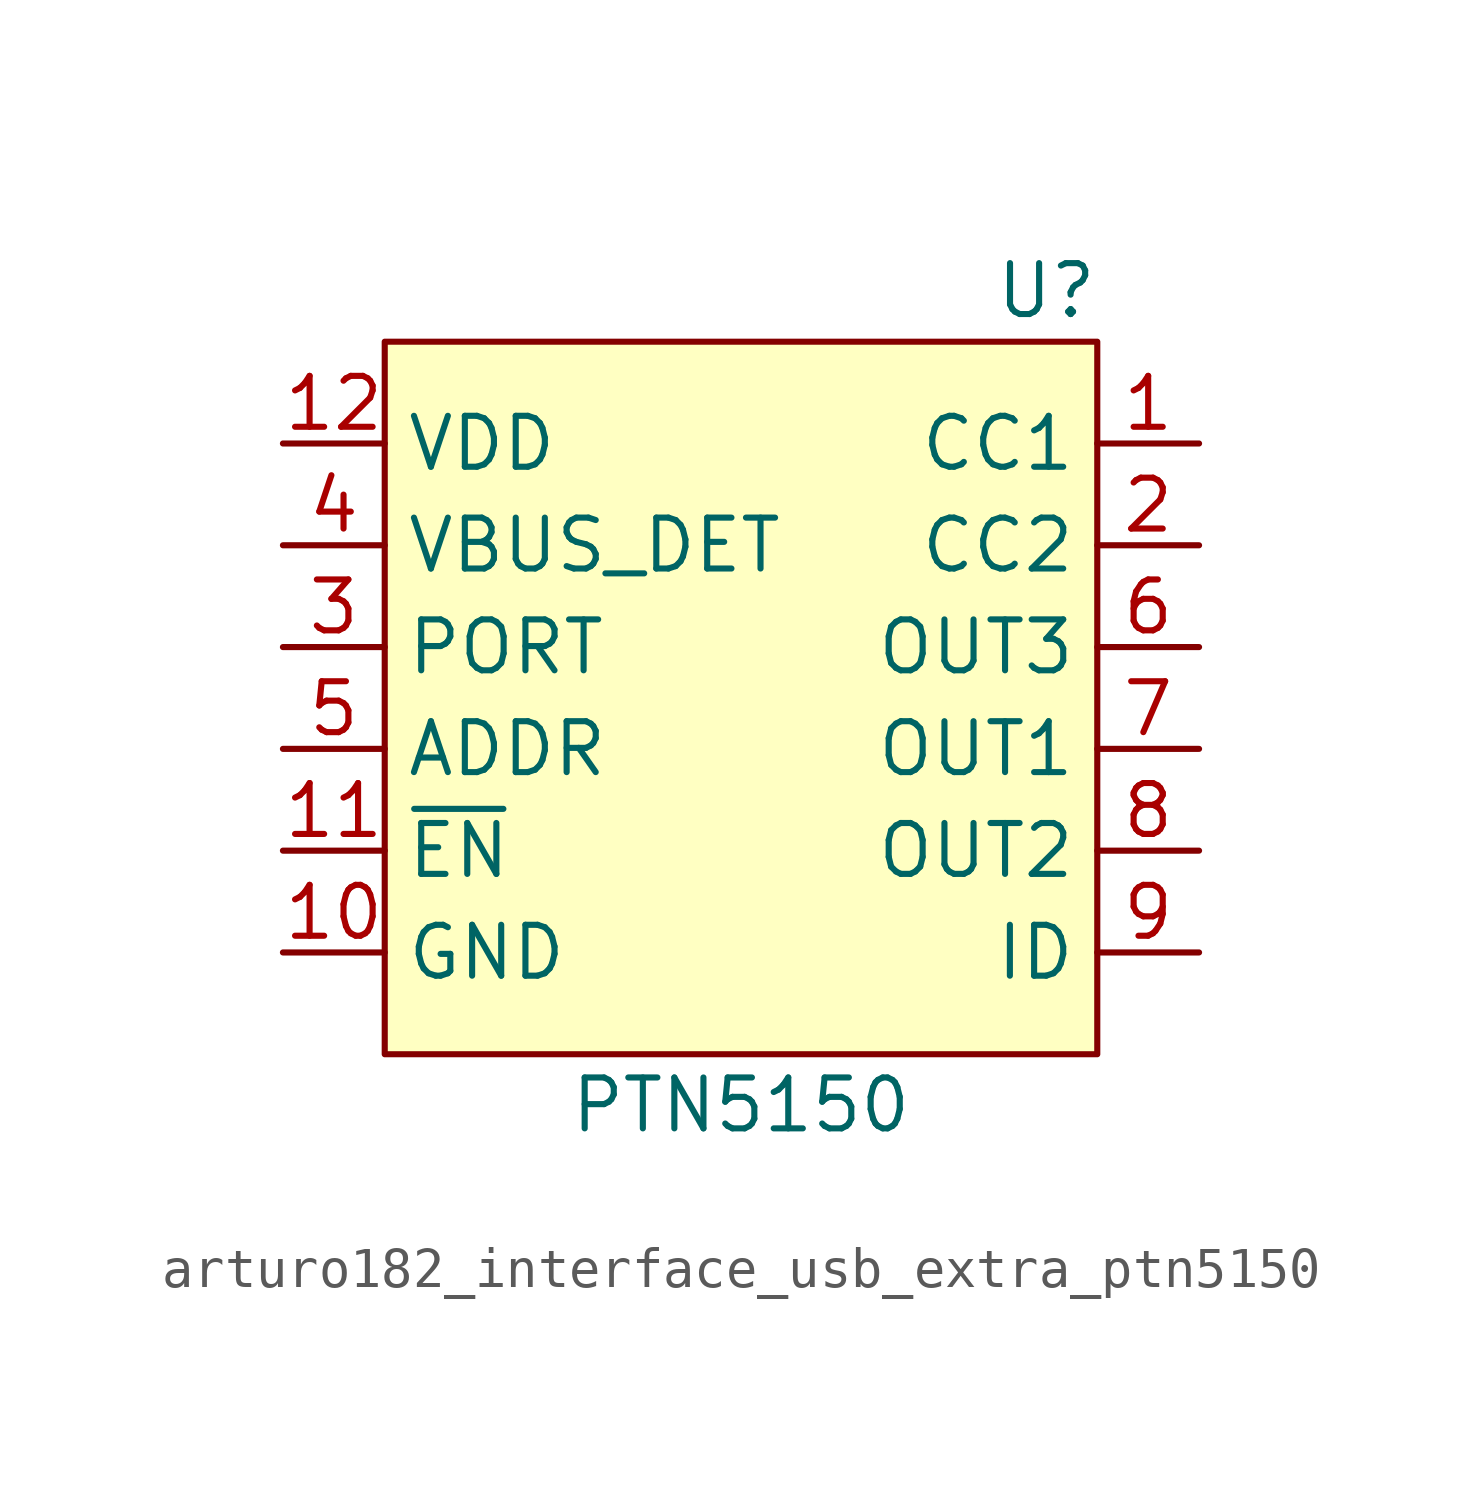
<source format=kicad_sym>
(kicad_symbol_lib
  (version 20220914)
  (generator kicad_symbol_editor)
  (symbol "arturo182_interface_usb_extra_ptn5150"
    (property "Reference" "U"
      (at 7.62 11.43 0)
      (effects (font (size 1.27 1.27))))
    (property "Value" "PTN5150"
      (at 0 -8.89 0)
      (effects (font (size 1.27 1.27))))
    (symbol "arturo182_interface_usb_extra_ptn5150_0_0"
      (pin bidirectional line (at 11.43 7.62 180) (length 2.54) (name "CC1" (effects (font (size 1.27 1.27)))) (number "1" (effects (font (size 1.27 1.27)))))
      (pin power_in line (at -11.43 -5.08 0) (length 2.54) (name "GND" (effects (font (size 1.27 1.27)))) (number "10" (effects (font (size 1.27 1.27)))))
      (pin input line (at -11.43 -2.54 0) (length 2.54) (name "~{EN}" (effects (font (size 1.27 1.27)))) (number "11" (effects (font (size 1.27 1.27)))))
      (pin power_in line (at -11.43 7.62 0) (length 2.54) (name "VDD" (effects (font (size 1.27 1.27)))) (number "12" (effects (font (size 1.27 1.27)))))
      (pin bidirectional line (at 11.43 5.08 180) (length 2.54) (name "CC2" (effects (font (size 1.27 1.27)))) (number "2" (effects (font (size 1.27 1.27)))))
      (pin input line (at -11.43 2.54 0) (length 2.54) (name "PORT" (effects (font (size 1.27 1.27)))) (number "3" (effects (font (size 1.27 1.27)))))
      (pin input line (at -11.43 5.08 0) (length 2.54) (name "VBUS_DET" (effects (font (size 1.27 1.27)))) (number "4" (effects (font (size 1.27 1.27)))))
      (pin input line (at -11.43 0 0) (length 2.54) (name "ADDR" (effects (font (size 1.27 1.27)))) (number "5" (effects (font (size 1.27 1.27)))))
      (pin output line (at 11.43 2.54 180) (length 2.54) (name "OUT3" (effects (font (size 1.27 1.27)))) (number "6" (effects (font (size 1.27 1.27)))))
      (pin bidirectional line (at 11.43 0 180) (length 2.54) (name "OUT1" (effects (font (size 1.27 1.27)))) (number "7" (effects (font (size 1.27 1.27)))))
      (pin bidirectional line (at 11.43 -2.54 180) (length 2.54) (name "OUT2" (effects (font (size 1.27 1.27)))) (number "8" (effects (font (size 1.27 1.27)))))
      (pin output line (at 11.43 -5.08 180) (length 2.54) (name "ID" (effects (font (size 1.27 1.27)))) (number "9" (effects (font (size 1.27 1.27))))))
    (symbol "arturo182_interface_usb_extra_ptn5150_1_1"
      (rectangle (start -8.89 10.16) (end 8.89 -7.62) (stroke (width 0) (type default)) (fill (type background))))))
</source>
